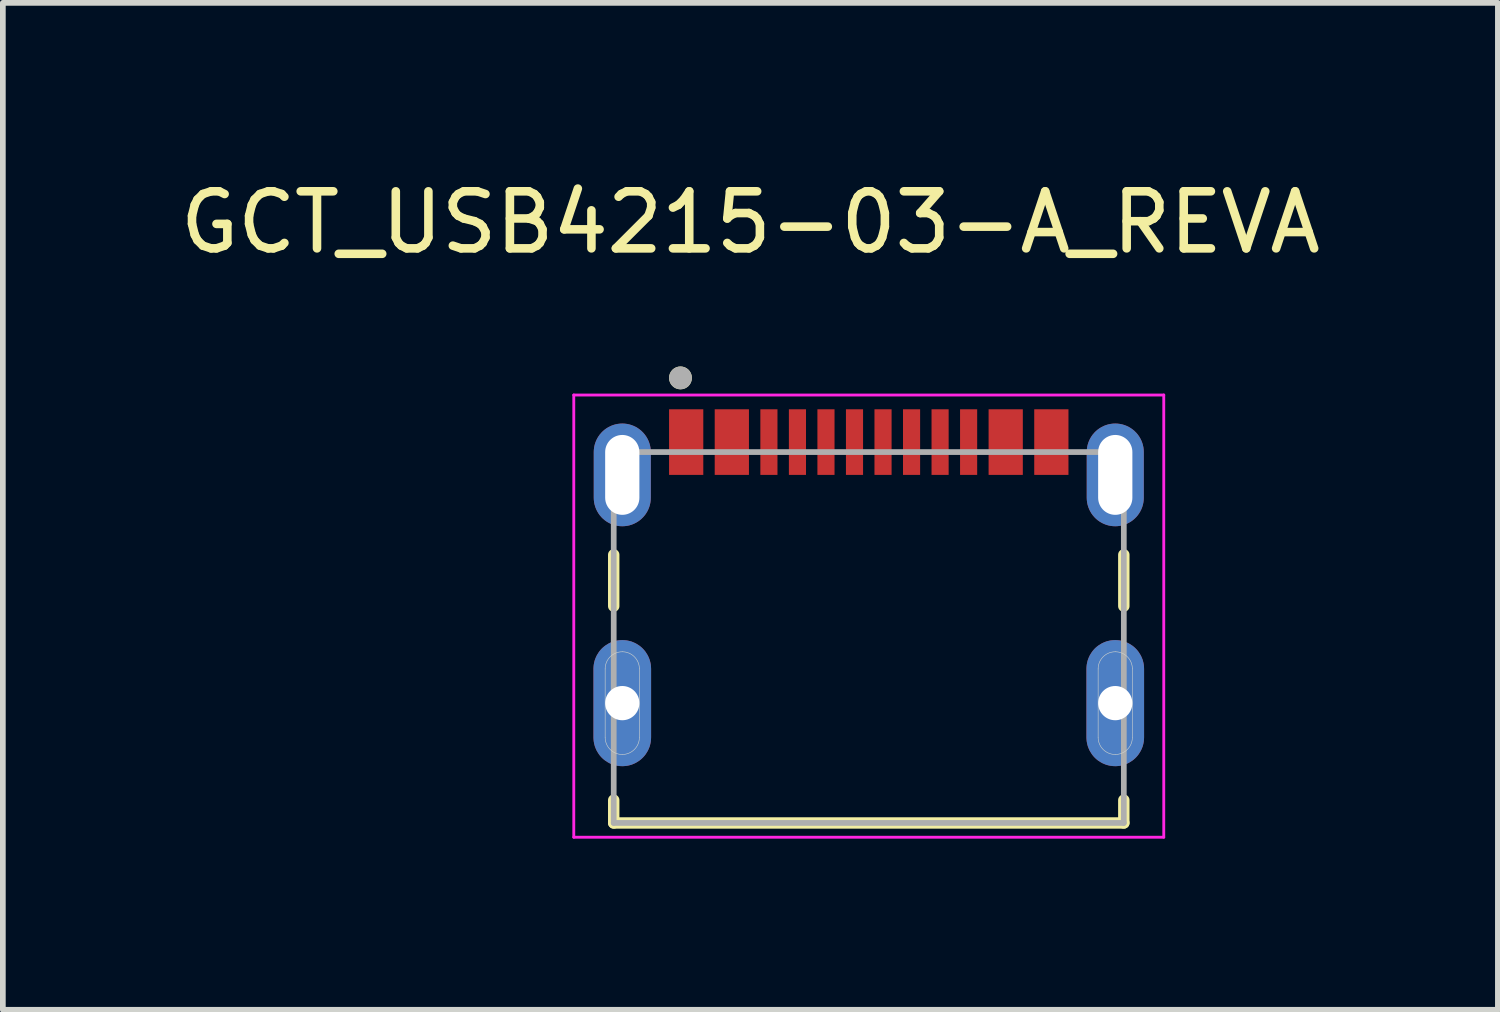
<source format=kicad_pcb>
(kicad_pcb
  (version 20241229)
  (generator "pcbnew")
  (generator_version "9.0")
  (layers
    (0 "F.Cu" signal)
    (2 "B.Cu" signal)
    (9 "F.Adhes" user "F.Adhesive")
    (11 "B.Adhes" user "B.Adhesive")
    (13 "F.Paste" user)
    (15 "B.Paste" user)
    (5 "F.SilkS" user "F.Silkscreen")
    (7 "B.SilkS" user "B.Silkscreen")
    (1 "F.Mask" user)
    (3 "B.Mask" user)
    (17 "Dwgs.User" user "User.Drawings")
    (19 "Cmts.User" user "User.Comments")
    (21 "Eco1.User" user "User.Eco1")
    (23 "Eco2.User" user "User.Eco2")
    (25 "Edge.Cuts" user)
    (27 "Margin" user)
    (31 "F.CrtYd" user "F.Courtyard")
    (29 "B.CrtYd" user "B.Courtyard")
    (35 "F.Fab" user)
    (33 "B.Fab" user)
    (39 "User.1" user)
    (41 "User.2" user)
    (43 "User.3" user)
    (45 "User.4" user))
  (footprint "GCT_USB4215-03-A_REVA"
    (layer "F.Cu")
    (at 12.176 9.273)
    (property "Reference" "GCT_USB4215-03-A_REVA" (at -2.075 -8.425 0) (layer "F.SilkS") (effects (font (size 1 1) (thickness 0.15))))
    (attr smd)
    (fp_poly (pts (xy -4.92 0) (xy -4.92 0.6) (xy -4.919 0.631) (xy -4.917 0.663) (xy -4.913 0.694) (xy -4.907 0.725) (xy -4.9 0.755) (xy -4.891 0.785) (xy -4.88 0.815) (xy -4.868 0.844) (xy -4.855 0.872) (xy -4.84 0.9) (xy -4.823 0.927) (xy -4.805 0.953) (xy -4.786 0.978) (xy -4.766 1.001) (xy -4.744 1.024) (xy -4.721 1.046) (xy -4.698 1.066) (xy -4.673 1.085) (xy -4.647 1.103) (xy -4.62 1.12) (xy -4.592 1.135) (xy -4.564 1.148) (xy -4.535 1.16) (xy -4.505 1.171) (xy -4.475 1.18) (xy -4.445 1.187) (xy -4.414 1.193) (xy -4.383 1.197) (xy -4.351 1.199) (xy -4.32 1.2) (xy -4.289 1.199) (xy -4.257 1.197) (xy -4.226 1.193) (xy -4.195 1.187) (xy -4.165 1.18) (xy -4.135 1.171) (xy -4.105 1.16) (xy -4.076 1.148) (xy -4.048 1.135) (xy -4.02 1.12) (xy -3.993 1.103) (xy -3.967 1.085) (xy -3.942 1.066) (xy -3.919 1.046) (xy -3.896 1.024) (xy -3.874 1.001) (xy -3.854 0.978) (xy -3.835 0.953) (xy -3.817 0.927) (xy -3.8 0.9) (xy -3.785 0.872) (xy -3.772 0.844) (xy -3.76 0.815) (xy -3.749 0.785) (xy -3.74 0.755) (xy -3.733 0.725) (xy -3.727 0.694) (xy -3.723 0.663) (xy -3.721 0.631) (xy -3.72 0.6) (xy -3.72 0) (xy -3.72 -0.6) (xy -3.721 -0.631) (xy -3.723 -0.663) (xy -3.727 -0.694) (xy -3.733 -0.725) (xy -3.74 -0.755) (xy -3.749 -0.785) (xy -3.76 -0.815) (xy -3.772 -0.844) (xy -3.785 -0.872) (xy -3.8 -0.9) (xy -3.817 -0.927) (xy -3.835 -0.953) (xy -3.854 -0.978) (xy -3.874 -1.001) (xy -3.896 -1.024) (xy -3.919 -1.046) (xy -3.942 -1.066) (xy -3.967 -1.085) (xy -3.993 -1.103) (xy -4.02 -1.12) (xy -4.048 -1.135) (xy -4.076 -1.148) (xy -4.105 -1.16) (xy -4.135 -1.171) (xy -4.165 -1.18) (xy -4.195 -1.187) (xy -4.226 -1.193) (xy -4.257 -1.197) (xy -4.289 -1.199) (xy -4.32 -1.2) (xy -4.351 -1.199) (xy -4.383 -1.197) (xy -4.414 -1.193) (xy -4.445 -1.187) (xy -4.475 -1.18) (xy -4.505 -1.171) (xy -4.535 -1.16) (xy -4.564 -1.148) (xy -4.592 -1.135) (xy -4.62 -1.12) (xy -4.647 -1.103) (xy -4.673 -1.085) (xy -4.698 -1.066) (xy -4.721 -1.046) (xy -4.744 -1.024) (xy -4.766 -1.001) (xy -4.786 -0.978) (xy -4.805 -0.953) (xy -4.823 -0.927) (xy -4.84 -0.9) (xy -4.855 -0.872) (xy -4.868 -0.844) (xy -4.88 -0.815) (xy -4.891 -0.785) (xy -4.9 -0.755) (xy -4.907 -0.725) (xy -4.913 -0.694) (xy -4.917 -0.663) (xy -4.919 -0.631) (xy -4.92 -0.6) (xy -4.92 0)) (stroke (width 0.01) (type solid)) (fill yes) (layer "F.Mask"))
    (fp_poly (pts (xy 3.72 0) (xy 3.72 0.6) (xy 3.721 0.631) (xy 3.723 0.663) (xy 3.727 0.694) (xy 3.733 0.725) (xy 3.74 0.755) (xy 3.749 0.785) (xy 3.76 0.815) (xy 3.772 0.844) (xy 3.785 0.872) (xy 3.8 0.9) (xy 3.817 0.927) (xy 3.835 0.953) (xy 3.854 0.978) (xy 3.874 1.001) (xy 3.896 1.024) (xy 3.919 1.046) (xy 3.942 1.066) (xy 3.967 1.085) (xy 3.993 1.103) (xy 4.02 1.12) (xy 4.048 1.135) (xy 4.076 1.148) (xy 4.105 1.16) (xy 4.135 1.171) (xy 4.165 1.18) (xy 4.195 1.187) (xy 4.226 1.193) (xy 4.257 1.197) (xy 4.289 1.199) (xy 4.32 1.2) (xy 4.351 1.199) (xy 4.383 1.197) (xy 4.414 1.193) (xy 4.445 1.187) (xy 4.475 1.18) (xy 4.505 1.171) (xy 4.535 1.16) (xy 4.564 1.148) (xy 4.592 1.135) (xy 4.62 1.12) (xy 4.647 1.103) (xy 4.673 1.085) (xy 4.698 1.066) (xy 4.721 1.046) (xy 4.744 1.024) (xy 4.766 1.001) (xy 4.786 0.978) (xy 4.805 0.953) (xy 4.823 0.927) (xy 4.84 0.9) (xy 4.855 0.872) (xy 4.868 0.844) (xy 4.88 0.815) (xy 4.891 0.785) (xy 4.9 0.755) (xy 4.907 0.725) (xy 4.913 0.694) (xy 4.917 0.663) (xy 4.919 0.631) (xy 4.92 0.6) (xy 4.92 0) (xy 4.92 -0.6) (xy 4.919 -0.631) (xy 4.917 -0.663) (xy 4.913 -0.694) (xy 4.907 -0.725) (xy 4.9 -0.755) (xy 4.891 -0.785) (xy 4.88 -0.815) (xy 4.868 -0.844) (xy 4.855 -0.872) (xy 4.84 -0.9) (xy 4.823 -0.927) (xy 4.805 -0.953) (xy 4.786 -0.978) (xy 4.766 -1.001) (xy 4.744 -1.024) (xy 4.721 -1.046) (xy 4.698 -1.066) (xy 4.673 -1.085) (xy 4.647 -1.103) (xy 4.62 -1.12) (xy 4.592 -1.135) (xy 4.564 -1.148) (xy 4.535 -1.16) (xy 4.505 -1.171) (xy 4.475 -1.18) (xy 4.445 -1.187) (xy 4.414 -1.193) (xy 4.383 -1.197) (xy 4.351 -1.199) (xy 4.32 -1.2) (xy 4.289 -1.199) (xy 4.257 -1.197) (xy 4.226 -1.193) (xy 4.195 -1.187) (xy 4.165 -1.18) (xy 4.135 -1.171) (xy 4.105 -1.16) (xy 4.076 -1.148) (xy 4.048 -1.135) (xy 4.02 -1.12) (xy 3.993 -1.103) (xy 3.967 -1.085) (xy 3.942 -1.066) (xy 3.919 -1.046) (xy 3.896 -1.024) (xy 3.874 -1.001) (xy 3.854 -0.978) (xy 3.835 -0.953) (xy 3.817 -0.927) (xy 3.8 -0.9) (xy 3.785 -0.872) (xy 3.772 -0.844) (xy 3.76 -0.815) (xy 3.749 -0.785) (xy 3.74 -0.755) (xy 3.733 -0.725) (xy 3.727 -0.694) (xy 3.723 -0.663) (xy 3.721 -0.631) (xy 3.72 -0.6) (xy 3.72 0)) (stroke (width 0.01) (type solid)) (fill yes) (layer "F.Mask"))
    (fp_poly (pts (xy -4.92 0) (xy -4.92 0.6) (xy -4.919 0.631) (xy -4.917 0.663) (xy -4.913 0.694) (xy -4.907 0.725) (xy -4.9 0.755) (xy -4.891 0.785) (xy -4.88 0.815) (xy -4.868 0.844) (xy -4.855 0.872) (xy -4.84 0.9) (xy -4.823 0.927) (xy -4.805 0.953) (xy -4.786 0.978) (xy -4.766 1.001) (xy -4.744 1.024) (xy -4.721 1.046) (xy -4.698 1.066) (xy -4.673 1.085) (xy -4.647 1.103) (xy -4.62 1.12) (xy -4.592 1.135) (xy -4.564 1.148) (xy -4.535 1.16) (xy -4.505 1.171) (xy -4.475 1.18) (xy -4.445 1.187) (xy -4.414 1.193) (xy -4.383 1.197) (xy -4.351 1.199) (xy -4.32 1.2) (xy -4.289 1.199) (xy -4.257 1.197) (xy -4.226 1.193) (xy -4.195 1.187) (xy -4.165 1.18) (xy -4.135 1.171) (xy -4.105 1.16) (xy -4.076 1.148) (xy -4.048 1.135) (xy -4.02 1.12) (xy -3.993 1.103) (xy -3.967 1.085) (xy -3.942 1.066) (xy -3.919 1.046) (xy -3.896 1.024) (xy -3.874 1.001) (xy -3.854 0.978) (xy -3.835 0.953) (xy -3.817 0.927) (xy -3.8 0.9) (xy -3.785 0.872) (xy -3.772 0.844) (xy -3.76 0.815) (xy -3.749 0.785) (xy -3.74 0.755) (xy -3.733 0.725) (xy -3.727 0.694) (xy -3.723 0.663) (xy -3.721 0.631) (xy -3.72 0.6) (xy -3.72 0) (xy -3.72 -0.6) (xy -3.721 -0.631) (xy -3.723 -0.663) (xy -3.727 -0.694) (xy -3.733 -0.725) (xy -3.74 -0.755) (xy -3.749 -0.785) (xy -3.76 -0.815) (xy -3.772 -0.844) (xy -3.785 -0.872) (xy -3.8 -0.9) (xy -3.817 -0.927) (xy -3.835 -0.953) (xy -3.854 -0.978) (xy -3.874 -1.001) (xy -3.896 -1.024) (xy -3.919 -1.046) (xy -3.942 -1.066) (xy -3.967 -1.085) (xy -3.993 -1.103) (xy -4.02 -1.12) (xy -4.048 -1.135) (xy -4.076 -1.148) (xy -4.105 -1.16) (xy -4.135 -1.171) (xy -4.165 -1.18) (xy -4.195 -1.187) (xy -4.226 -1.193) (xy -4.257 -1.197) (xy -4.289 -1.199) (xy -4.32 -1.2) (xy -4.351 -1.199) (xy -4.383 -1.197) (xy -4.414 -1.193) (xy -4.445 -1.187) (xy -4.475 -1.18) (xy -4.505 -1.171) (xy -4.535 -1.16) (xy -4.564 -1.148) (xy -4.592 -1.135) (xy -4.62 -1.12) (xy -4.647 -1.103) (xy -4.673 -1.085) (xy -4.698 -1.066) (xy -4.721 -1.046) (xy -4.744 -1.024) (xy -4.766 -1.001) (xy -4.786 -0.978) (xy -4.805 -0.953) (xy -4.823 -0.927) (xy -4.84 -0.9) (xy -4.855 -0.872) (xy -4.868 -0.844) (xy -4.88 -0.815) (xy -4.891 -0.785) (xy -4.9 -0.755) (xy -4.907 -0.725) (xy -4.913 -0.694) (xy -4.917 -0.663) (xy -4.919 -0.631) (xy -4.92 -0.6) (xy -4.92 0)) (stroke (width 0.01) (type solid)) (fill yes) (layer "B.Mask"))
    (fp_poly (pts (xy 3.72 0) (xy 3.72 0.6) (xy 3.721 0.631) (xy 3.723 0.663) (xy 3.727 0.694) (xy 3.733 0.725) (xy 3.74 0.755) (xy 3.749 0.785) (xy 3.76 0.815) (xy 3.772 0.844) (xy 3.785 0.872) (xy 3.8 0.9) (xy 3.817 0.927) (xy 3.835 0.953) (xy 3.854 0.978) (xy 3.874 1.001) (xy 3.896 1.024) (xy 3.919 1.046) (xy 3.942 1.066) (xy 3.967 1.085) (xy 3.993 1.103) (xy 4.02 1.12) (xy 4.048 1.135) (xy 4.076 1.148) (xy 4.105 1.16) (xy 4.135 1.171) (xy 4.165 1.18) (xy 4.195 1.187) (xy 4.226 1.193) (xy 4.257 1.197) (xy 4.289 1.199) (xy 4.32 1.2) (xy 4.351 1.199) (xy 4.383 1.197) (xy 4.414 1.193) (xy 4.445 1.187) (xy 4.475 1.18) (xy 4.505 1.171) (xy 4.535 1.16) (xy 4.564 1.148) (xy 4.592 1.135) (xy 4.62 1.12) (xy 4.647 1.103) (xy 4.673 1.085) (xy 4.698 1.066) (xy 4.721 1.046) (xy 4.744 1.024) (xy 4.766 1.001) (xy 4.786 0.978) (xy 4.805 0.953) (xy 4.823 0.927) (xy 4.84 0.9) (xy 4.855 0.872) (xy 4.868 0.844) (xy 4.88 0.815) (xy 4.891 0.785) (xy 4.9 0.755) (xy 4.907 0.725) (xy 4.913 0.694) (xy 4.917 0.663) (xy 4.919 0.631) (xy 4.92 0.6) (xy 4.92 0) (xy 4.92 -0.6) (xy 4.919 -0.631) (xy 4.917 -0.663) (xy 4.913 -0.694) (xy 4.907 -0.725) (xy 4.9 -0.755) (xy 4.891 -0.785) (xy 4.88 -0.815) (xy 4.868 -0.844) (xy 4.855 -0.872) (xy 4.84 -0.9) (xy 4.823 -0.927) (xy 4.805 -0.953) (xy 4.786 -0.978) (xy 4.766 -1.001) (xy 4.744 -1.024) (xy 4.721 -1.046) (xy 4.698 -1.066) (xy 4.673 -1.085) (xy 4.647 -1.103) (xy 4.62 -1.12) (xy 4.592 -1.135) (xy 4.564 -1.148) (xy 4.535 -1.16) (xy 4.505 -1.171) (xy 4.475 -1.18) (xy 4.445 -1.187) (xy 4.414 -1.193) (xy 4.383 -1.197) (xy 4.351 -1.199) (xy 4.32 -1.2) (xy 4.289 -1.199) (xy 4.257 -1.197) (xy 4.226 -1.193) (xy 4.195 -1.187) (xy 4.165 -1.18) (xy 4.135 -1.171) (xy 4.105 -1.16) (xy 4.076 -1.148) (xy 4.048 -1.135) (xy 4.02 -1.12) (xy 3.993 -1.103) (xy 3.967 -1.085) (xy 3.942 -1.066) (xy 3.919 -1.046) (xy 3.896 -1.024) (xy 3.874 -1.001) (xy 3.854 -0.978) (xy 3.835 -0.953) (xy 3.817 -0.927) (xy 3.8 -0.9) (xy 3.785 -0.872) (xy 3.772 -0.844) (xy 3.76 -0.815) (xy 3.749 -0.785) (xy 3.74 -0.755) (xy 3.733 -0.725) (xy 3.727 -0.694) (xy 3.723 -0.663) (xy 3.721 -0.631) (xy 3.72 -0.6) (xy 3.72 0)) (stroke (width 0.01) (type solid)) (fill yes) (layer "B.Mask"))
    (fp_line (start -4.47 -2.6) (end -4.47 -1.7) (stroke (width 0.2) (type solid)) (layer "F.SilkS"))
    (fp_line (start -4.47 1.7) (end -4.47 2.1) (stroke (width 0.2) (type solid)) (layer "F.SilkS"))
    (fp_line (start -4.47 2.1) (end 4.47 2.1) (stroke (width 0.2) (type solid)) (layer "F.SilkS"))
    (fp_line (start 4.47 -2.6) (end 4.47 -1.7) (stroke (width 0.2) (type solid)) (layer "F.SilkS"))
    (fp_line (start 4.47 2.1) (end 4.47 1.7) (stroke (width 0.2) (type solid)) (layer "F.SilkS"))
    (fp_circle (center -3.3 -5.7) (end -3.2 -5.7) (stroke (width 0.2) (type solid)) (fill no) (layer "F.SilkS"))
    (fp_line (start -4.62 -0.6) (end -4.62 0.6) (stroke (width 0.01) (type solid)) (layer "Edge.Cuts"))
    (fp_line (start -4.02 0.6) (end -4.02 -0.6) (stroke (width 0.01) (type solid)) (layer "Edge.Cuts"))
    (fp_line (start 4.02 -0.6) (end 4.02 0.6) (stroke (width 0.01) (type solid)) (layer "Edge.Cuts"))
    (fp_line (start 4.62 0.6) (end 4.62 -0.6) (stroke (width 0.01) (type solid)) (layer "Edge.Cuts"))
    (fp_arc (start -4.62 -0.6) (mid -4.532132 -0.812132) (end -4.32 -0.9) (stroke (width 0.01) (type solid)) (layer "Edge.Cuts"))
    (fp_arc (start -4.32 -0.9) (mid -4.107868 -0.812132) (end -4.02 -0.6) (stroke (width 0.01) (type solid)) (layer "Edge.Cuts"))
    (fp_arc (start -4.32 0.9) (mid -4.532132 0.812132) (end -4.62 0.6) (stroke (width 0.01) (type solid)) (layer "Edge.Cuts"))
    (fp_arc (start -4.02 0.6) (mid -4.107868 0.812132) (end -4.32 0.9) (stroke (width 0.01) (type solid)) (layer "Edge.Cuts"))
    (fp_arc (start 4.02 -0.6) (mid 4.107868 -0.812132) (end 4.32 -0.9) (stroke (width 0.01) (type solid)) (layer "Edge.Cuts"))
    (fp_arc (start 4.32 -0.9) (mid 4.532132 -0.812132) (end 4.62 -0.6) (stroke (width 0.01) (type solid)) (layer "Edge.Cuts"))
    (fp_arc (start 4.32 0.9) (mid 4.107868 0.812132) (end 4.02 0.6) (stroke (width 0.01) (type solid)) (layer "Edge.Cuts"))
    (fp_arc (start 4.62 0.6) (mid 4.532132 0.812132) (end 4.32 0.9) (stroke (width 0.01) (type solid)) (layer "Edge.Cuts"))
    (fp_line (start -5.17 -5.4) (end -5.17 2.35) (stroke (width 0.05) (type solid)) (layer "F.CrtYd"))
    (fp_line (start -5.17 2.35) (end 5.17 2.35) (stroke (width 0.05) (type solid)) (layer "F.CrtYd"))
    (fp_line (start 5.17 -5.4) (end -5.17 -5.4) (stroke (width 0.05) (type solid)) (layer "F.CrtYd"))
    (fp_line (start 5.17 2.35) (end 5.17 -5.4) (stroke (width 0.05) (type solid)) (layer "F.CrtYd"))
    (fp_line (start -4.47 -4.4) (end -4.47 2.1) (stroke (width 0.1) (type solid)) (layer "F.Fab"))
    (fp_line (start -4.47 2.1) (end 4.47 2.1) (stroke (width 0.1) (type solid)) (layer "F.Fab"))
    (fp_line (start 4.47 -4.4) (end -4.47 -4.4) (stroke (width 0.1) (type solid)) (layer "F.Fab"))
    (fp_line (start 4.47 2.1) (end 4.47 -4.4) (stroke (width 0.1) (type solid)) (layer "F.Fab"))
    (fp_circle (center -3.3 -5.7) (end -3.2 -5.7) (stroke (width 0.2) (type solid)) (fill no) (layer "F.Fab"))
    (pad "A1_B12" smd rect (at -3.2 -4.575) (size 0.6 1.15) (layers "F.Cu" "F.Mask" "F.Paste"))
    (pad "A4_B9" smd rect (at -2.4 -4.575) (size 0.6 1.15) (layers "F.Cu" "F.Mask" "F.Paste"))
    (pad "A5" smd rect (at -1.25 -4.575) (size 0.3 1.15) (layers "F.Cu" "F.Mask" "F.Paste"))
    (pad "A6" smd rect (at -0.25 -4.575) (size 0.3 1.15) (layers "F.Cu" "F.Mask" "F.Paste"))
    (pad "A7" smd rect (at 0.25 -4.575) (size 0.3 1.15) (layers "F.Cu" "F.Mask" "F.Paste"))
    (pad "A8" smd rect (at 1.25 -4.575) (size 0.3 1.15) (layers "F.Cu" "F.Mask" "F.Paste"))
    (pad "B1_A12" smd rect (at 3.2 -4.575) (size 0.6 1.15) (layers "F.Cu" "F.Mask" "F.Paste"))
    (pad "B4_A9" smd rect (at 2.4 -4.575) (size 0.6 1.15) (layers "F.Cu" "F.Mask" "F.Paste"))
    (pad "B5" smd rect (at 1.75 -4.575) (size 0.3 1.15) (layers "F.Cu" "F.Mask" "F.Paste"))
    (pad "B6" smd rect (at 0.75 -4.575) (size 0.3 1.15) (layers "F.Cu" "F.Mask" "F.Paste"))
    (pad "B7" smd rect (at -0.75 -4.575) (size 0.3 1.15) (layers "F.Cu" "F.Mask" "F.Paste"))
    (pad "B8" smd rect (at -1.75 -4.575) (size 0.3 1.15) (layers "F.Cu" "F.Mask" "F.Paste"))
    (pad "SH1" thru_hole oval (at -4.32 -4) (size 1 1.8) (drill oval 0.6 1.4) (layers "*.Cu" "*.Mask"))
    (pad "SH2" thru_hole oval (at 4.32 -4) (size 1 1.8) (drill oval 0.6 1.4) (layers "*.Cu" "*.Mask"))
    (pad "SH3" thru_hole custom (at -4.32 0) (size 1 1) (drill 0.6) (layers "*.Cu") (options (anchor circle)) (primitives (gr_poly (pts (xy -0.5 0) (xy -0.5 0.6) (xy -0.499 0.626) (xy -0.497 0.652) (xy -0.494 0.678) (xy -0.489 0.704) (xy -0.483 0.729) (xy -0.476 0.755) (xy -0.467 0.779) (xy -0.457 0.803) (xy -0.446 0.827) (xy -0.433 0.85) (xy -0.419 0.872) (xy -0.405 0.894) (xy -0.389 0.915) (xy -0.372 0.935) (xy -0.354 0.954) (xy -0.335 0.972) (xy -0.315 0.989) (xy -0.294 1.005) (xy -0.272 1.019) (xy -0.25 1.033) (xy -0.227 1.046) (xy -0.203 1.057) (xy -0.179 1.067) (xy -0.155 1.076) (xy -0.129 1.083) (xy -0.104 1.089) (xy -0.078 1.094) (xy -0.052 1.097) (xy -0.026 1.099) (xy 0 1.1) (xy 0.026 1.099) (xy 0.052 1.097) (xy 0.078 1.094) (xy 0.104 1.089) (xy 0.129 1.083) (xy 0.155 1.076) (xy 0.179 1.067) (xy 0.203 1.057) (xy 0.227 1.046) (xy 0.25 1.033) (xy 0.272 1.019) (xy 0.294 1.005) (xy 0.315 0.989) (xy 0.335 0.972) (xy 0.354 0.954) (xy 0.372 0.935) (xy 0.389 0.915) (xy 0.405 0.894) (xy 0.419 0.872) (xy 0.433 0.85) (xy 0.446 0.827) (xy 0.457 0.803) (xy 0.467 0.779) (xy 0.476 0.755) (xy 0.483 0.729) (xy 0.489 0.704) (xy 0.494 0.678) (xy 0.497 0.652) (xy 0.499 0.626) (xy 0.5 0.6) (xy 0.5 0) (xy 0.5 -0.6) (xy 0.499 -0.626) (xy 0.497 -0.652) (xy 0.494 -0.678) (xy 0.489 -0.704) (xy 0.483 -0.729) (xy 0.476 -0.755) (xy 0.467 -0.779) (xy 0.457 -0.803) (xy 0.446 -0.827) (xy 0.433 -0.85) (xy 0.419 -0.872) (xy 0.405 -0.894) (xy 0.389 -0.915) (xy 0.372 -0.935) (xy 0.354 -0.954) (xy 0.335 -0.972) (xy 0.315 -0.989) (xy 0.294 -1.005) (xy 0.272 -1.019) (xy 0.25 -1.033) (xy 0.227 -1.046) (xy 0.203 -1.057) (xy 0.179 -1.067) (xy 0.155 -1.076) (xy 0.129 -1.083) (xy 0.104 -1.089) (xy 0.078 -1.094) (xy 0.052 -1.097) (xy 0.026 -1.099) (xy 0 -1.1) (xy -0.026 -1.099) (xy -0.052 -1.097) (xy -0.078 -1.094) (xy -0.104 -1.089) (xy -0.129 -1.083) (xy -0.155 -1.076) (xy -0.179 -1.067) (xy -0.203 -1.057) (xy -0.227 -1.046) (xy -0.25 -1.033) (xy -0.272 -1.019) (xy -0.294 -1.005) (xy -0.315 -0.989) (xy -0.335 -0.972) (xy -0.354 -0.954) (xy -0.372 -0.935) (xy -0.389 -0.915) (xy -0.405 -0.894) (xy -0.419 -0.872) (xy -0.433 -0.85) (xy -0.446 -0.827) (xy -0.457 -0.803) (xy -0.467 -0.779) (xy -0.476 -0.755) (xy -0.483 -0.729) (xy -0.489 -0.704) (xy -0.494 -0.678) (xy -0.497 -0.652) (xy -0.499 -0.626) (xy -0.5 -0.6) (xy -0.5 0)) (width 0.01) (fill yes))))
    (pad "SH4" thru_hole custom (at 4.32 0) (size 1 1) (drill 0.6) (layers "*.Cu") (options (anchor circle)) (primitives (gr_poly (pts (xy -0.5 0) (xy -0.5 0.6) (xy -0.499 0.626) (xy -0.497 0.652) (xy -0.494 0.678) (xy -0.489 0.704) (xy -0.483 0.729) (xy -0.476 0.755) (xy -0.467 0.779) (xy -0.457 0.803) (xy -0.446 0.827) (xy -0.433 0.85) (xy -0.419 0.872) (xy -0.405 0.894) (xy -0.389 0.915) (xy -0.372 0.935) (xy -0.354 0.954) (xy -0.335 0.972) (xy -0.315 0.989) (xy -0.294 1.005) (xy -0.272 1.019) (xy -0.25 1.033) (xy -0.227 1.046) (xy -0.203 1.057) (xy -0.179 1.067) (xy -0.155 1.076) (xy -0.129 1.083) (xy -0.104 1.089) (xy -0.078 1.094) (xy -0.052 1.097) (xy -0.026 1.099) (xy 0 1.1) (xy 0.026 1.099) (xy 0.052 1.097) (xy 0.078 1.094) (xy 0.104 1.089) (xy 0.129 1.083) (xy 0.155 1.076) (xy 0.179 1.067) (xy 0.203 1.057) (xy 0.227 1.046) (xy 0.25 1.033) (xy 0.272 1.019) (xy 0.294 1.005) (xy 0.315 0.989) (xy 0.335 0.972) (xy 0.354 0.954) (xy 0.372 0.935) (xy 0.389 0.915) (xy 0.405 0.894) (xy 0.419 0.872) (xy 0.433 0.85) (xy 0.446 0.827) (xy 0.457 0.803) (xy 0.467 0.779) (xy 0.476 0.755) (xy 0.483 0.729) (xy 0.489 0.704) (xy 0.494 0.678) (xy 0.497 0.652) (xy 0.499 0.626) (xy 0.5 0.6) (xy 0.5 0) (xy 0.5 -0.6) (xy 0.499 -0.626) (xy 0.497 -0.652) (xy 0.494 -0.678) (xy 0.489 -0.704) (xy 0.483 -0.729) (xy 0.476 -0.755) (xy 0.467 -0.779) (xy 0.457 -0.803) (xy 0.446 -0.827) (xy 0.433 -0.85) (xy 0.419 -0.872) (xy 0.405 -0.894) (xy 0.389 -0.915) (xy 0.372 -0.935) (xy 0.354 -0.954) (xy 0.335 -0.972) (xy 0.315 -0.989) (xy 0.294 -1.005) (xy 0.272 -1.019) (xy 0.25 -1.033) (xy 0.227 -1.046) (xy 0.203 -1.057) (xy 0.179 -1.067) (xy 0.155 -1.076) (xy 0.129 -1.083) (xy 0.104 -1.089) (xy 0.078 -1.094) (xy 0.052 -1.097) (xy 0.026 -1.099) (xy 0 -1.1) (xy -0.026 -1.099) (xy -0.052 -1.097) (xy -0.078 -1.094) (xy -0.104 -1.089) (xy -0.129 -1.083) (xy -0.155 -1.076) (xy -0.179 -1.067) (xy -0.203 -1.057) (xy -0.227 -1.046) (xy -0.25 -1.033) (xy -0.272 -1.019) (xy -0.294 -1.005) (xy -0.315 -0.989) (xy -0.335 -0.972) (xy -0.354 -0.954) (xy -0.372 -0.935) (xy -0.389 -0.915) (xy -0.405 -0.894) (xy -0.419 -0.872) (xy -0.433 -0.85) (xy -0.446 -0.827) (xy -0.457 -0.803) (xy -0.467 -0.779) (xy -0.476 -0.755) (xy -0.483 -0.729) (xy -0.489 -0.704) (xy -0.494 -0.678) (xy -0.497 -0.652) (xy -0.499 -0.626) (xy -0.5 -0.6) (xy -0.5 0)) (width 0.01) (fill yes)))))
  (gr_rect
    (start -3 -3)
    (end 23.202 14.648)
    (stroke (width 0.1) (type default))
    (fill no)
    (layer "Edge.Cuts")))
</source>
